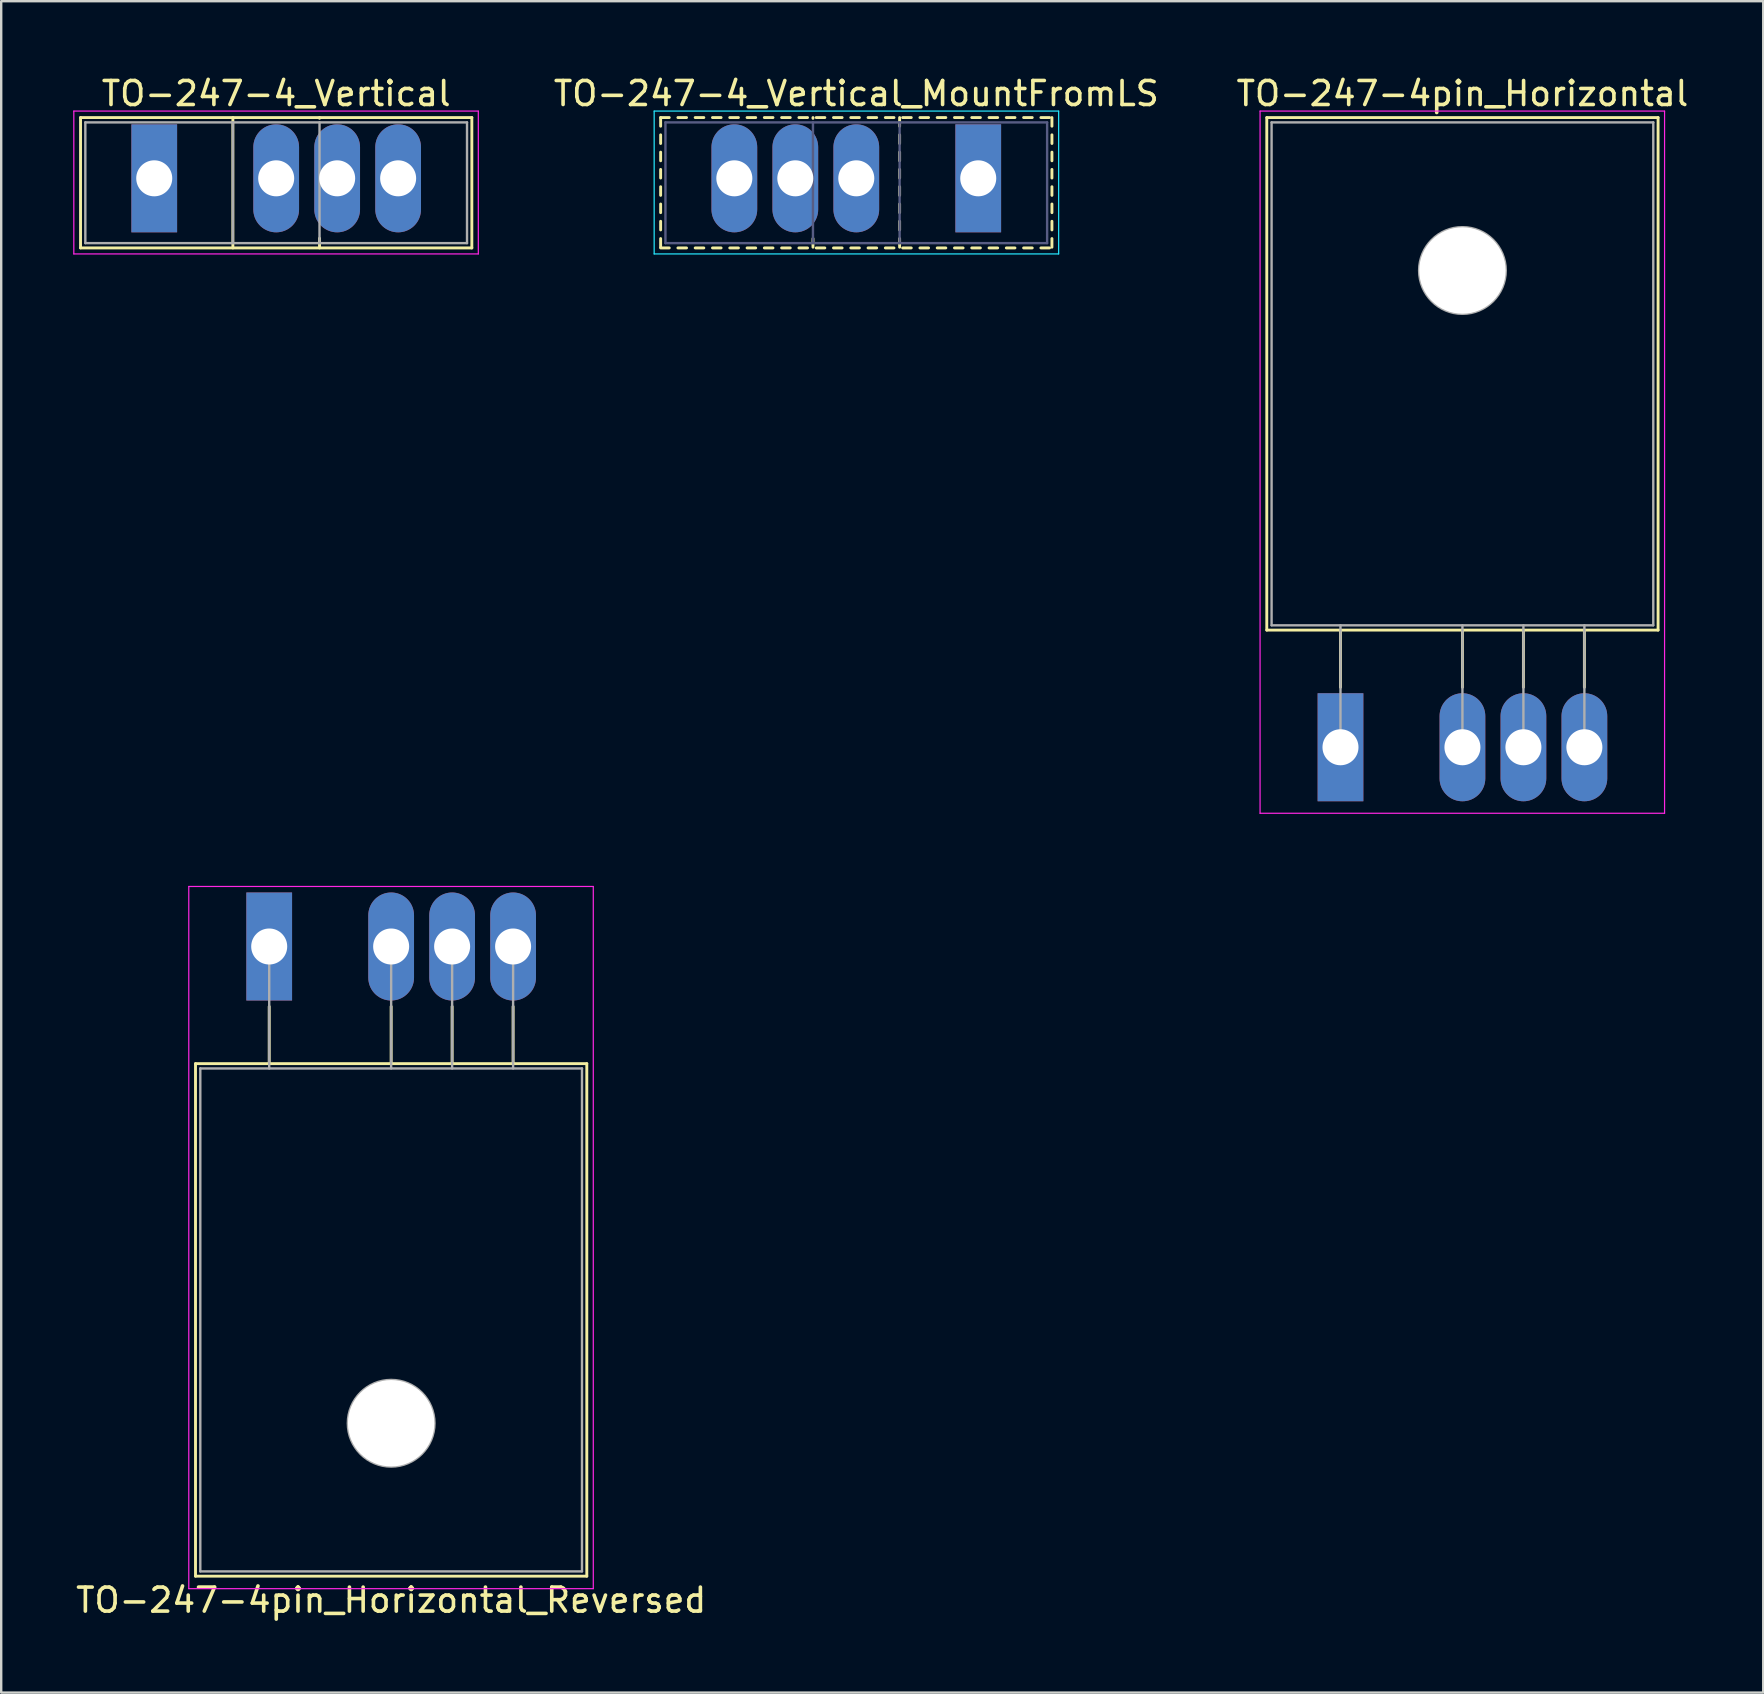
<source format=kicad_pcb>
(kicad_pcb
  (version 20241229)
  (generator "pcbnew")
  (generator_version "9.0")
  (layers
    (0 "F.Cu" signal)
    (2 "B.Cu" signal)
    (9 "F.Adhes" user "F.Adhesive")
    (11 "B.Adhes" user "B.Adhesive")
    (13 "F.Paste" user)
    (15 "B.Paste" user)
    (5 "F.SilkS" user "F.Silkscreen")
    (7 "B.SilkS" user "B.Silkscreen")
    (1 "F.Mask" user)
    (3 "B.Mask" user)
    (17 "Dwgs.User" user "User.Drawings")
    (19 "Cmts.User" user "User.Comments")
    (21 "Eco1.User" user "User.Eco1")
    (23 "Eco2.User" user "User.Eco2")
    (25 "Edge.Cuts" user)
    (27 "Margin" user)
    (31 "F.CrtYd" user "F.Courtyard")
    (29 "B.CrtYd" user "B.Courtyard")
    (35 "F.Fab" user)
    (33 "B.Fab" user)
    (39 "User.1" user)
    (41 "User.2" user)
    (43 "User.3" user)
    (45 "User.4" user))
  (footprint "TO-247-4_Vertical_MountFromLS"
    (layer "F.Cu")
    (at 37.7 4.378)
    (property "Reference" "TO-247-4_Vertical_MountFromLS" (at -5.08 -3.53 0) (layer "F.SilkS") (effects (font (size 1 1) (thickness 0.15))))
    (attr through_hole)
    (fp_line (start -13.23 -2.531) (end -13.23 -2.171) (stroke (width 0.12) (type solid)) (layer "F.SilkS"))
    (fp_line (start -13.23 -2.531) (end -12.871 -2.531) (stroke (width 0.12) (type solid)) (layer "F.SilkS"))
    (fp_line (start -13.23 -1.811) (end -13.23 -1.451) (stroke (width 0.12) (type solid)) (layer "F.SilkS"))
    (fp_line (start -13.23 -1.091) (end -13.23 -0.731) (stroke (width 0.12) (type solid)) (layer "F.SilkS"))
    (fp_line (start -13.23 -0.371) (end -13.23 -0.011) (stroke (width 0.12) (type solid)) (layer "F.SilkS"))
    (fp_line (start -13.23 0.35) (end -13.23 0.71) (stroke (width 0.12) (type solid)) (layer "F.SilkS"))
    (fp_line (start -13.23 1.07) (end -13.23 1.43) (stroke (width 0.12) (type solid)) (layer "F.SilkS"))
    (fp_line (start -13.23 1.79) (end -13.23 2.15) (stroke (width 0.12) (type solid)) (layer "F.SilkS"))
    (fp_line (start -13.23 2.51) (end -13.23 2.87) (stroke (width 0.12) (type solid)) (layer "F.SilkS"))
    (fp_line (start -13.23 2.9) (end -12.871 2.9) (stroke (width 0.12) (type solid)) (layer "F.SilkS"))
    (fp_line (start -12.511 -2.531) (end -12.151 -2.531) (stroke (width 0.12) (type solid)) (layer "F.SilkS"))
    (fp_line (start -12.511 2.9) (end -12.151 2.9) (stroke (width 0.12) (type solid)) (layer "F.SilkS"))
    (fp_line (start -11.791 -2.531) (end -11.431 -2.531) (stroke (width 0.12) (type solid)) (layer "F.SilkS"))
    (fp_line (start -11.791 2.9) (end -11.431 2.9) (stroke (width 0.12) (type solid)) (layer "F.SilkS"))
    (fp_line (start -11.071 -2.531) (end -10.711 -2.531) (stroke (width 0.12) (type solid)) (layer "F.SilkS"))
    (fp_line (start -11.071 2.9) (end -10.711 2.9) (stroke (width 0.12) (type solid)) (layer "F.SilkS"))
    (fp_line (start -10.351 -2.531) (end -9.99 -2.531) (stroke (width 0.12) (type solid)) (layer "F.SilkS"))
    (fp_line (start -10.351 2.9) (end -9.99 2.9) (stroke (width 0.12) (type solid)) (layer "F.SilkS"))
    (fp_line (start -9.63 -2.531) (end -9.27 -2.531) (stroke (width 0.12) (type solid)) (layer "F.SilkS"))
    (fp_line (start -9.63 2.9) (end -9.27 2.9) (stroke (width 0.12) (type solid)) (layer "F.SilkS"))
    (fp_line (start -8.91 -2.531) (end -8.55 -2.531) (stroke (width 0.12) (type solid)) (layer "F.SilkS"))
    (fp_line (start -8.91 2.9) (end -8.55 2.9) (stroke (width 0.12) (type solid)) (layer "F.SilkS"))
    (fp_line (start -8.19 -2.531) (end -7.83 -2.531) (stroke (width 0.12) (type solid)) (layer "F.SilkS"))
    (fp_line (start -8.19 2.9) (end -7.83 2.9) (stroke (width 0.12) (type solid)) (layer "F.SilkS"))
    (fp_line (start -7.47 -2.531) (end -7.11 -2.531) (stroke (width 0.12) (type solid)) (layer "F.SilkS"))
    (fp_line (start -7.47 2.9) (end -7.11 2.9) (stroke (width 0.12) (type solid)) (layer "F.SilkS"))
    (fp_line (start -6.884 -2.531) (end -6.884 -2.5) (stroke (width 0.12) (type solid)) (layer "F.SilkS"))
    (fp_line (start -6.884 2.51) (end -6.884 2.87) (stroke (width 0.12) (type solid)) (layer "F.SilkS"))
    (fp_line (start -6.75 -2.531) (end -6.39 -2.531) (stroke (width 0.12) (type solid)) (layer "F.SilkS"))
    (fp_line (start -6.75 2.9) (end -6.39 2.9) (stroke (width 0.12) (type solid)) (layer "F.SilkS"))
    (fp_line (start -6.03 -2.531) (end -5.67 -2.531) (stroke (width 0.12) (type solid)) (layer "F.SilkS"))
    (fp_line (start -6.03 2.9) (end -5.67 2.9) (stroke (width 0.12) (type solid)) (layer "F.SilkS"))
    (fp_line (start -5.31 -2.531) (end -4.95 -2.531) (stroke (width 0.12) (type solid)) (layer "F.SilkS"))
    (fp_line (start -5.31 2.9) (end -4.95 2.9) (stroke (width 0.12) (type solid)) (layer "F.SilkS"))
    (fp_line (start -4.59 -2.531) (end -4.23 -2.531) (stroke (width 0.12) (type solid)) (layer "F.SilkS"))
    (fp_line (start -4.59 2.9) (end -4.23 2.9) (stroke (width 0.12) (type solid)) (layer "F.SilkS"))
    (fp_line (start -3.87 -2.531) (end -3.51 -2.531) (stroke (width 0.12) (type solid)) (layer "F.SilkS"))
    (fp_line (start -3.87 2.9) (end -3.51 2.9) (stroke (width 0.12) (type solid)) (layer "F.SilkS"))
    (fp_line (start -3.275 -2.531) (end -3.275 -2.171) (stroke (width 0.12) (type solid)) (layer "F.SilkS"))
    (fp_line (start -3.275 -1.811) (end -3.275 -1.451) (stroke (width 0.12) (type solid)) (layer "F.SilkS"))
    (fp_line (start -3.275 -1.091) (end -3.275 -0.731) (stroke (width 0.12) (type solid)) (layer "F.SilkS"))
    (fp_line (start -3.275 -0.371) (end -3.275 -0.011) (stroke (width 0.12) (type solid)) (layer "F.SilkS"))
    (fp_line (start -3.275 0.35) (end -3.275 0.71) (stroke (width 0.12) (type solid)) (layer "F.SilkS"))
    (fp_line (start -3.275 1.07) (end -3.275 1.43) (stroke (width 0.12) (type solid)) (layer "F.SilkS"))
    (fp_line (start -3.275 1.79) (end -3.275 2.15) (stroke (width 0.12) (type solid)) (layer "F.SilkS"))
    (fp_line (start -3.275 2.51) (end -3.275 2.87) (stroke (width 0.12) (type solid)) (layer "F.SilkS"))
    (fp_line (start -3.149 -2.531) (end -2.789 -2.531) (stroke (width 0.12) (type solid)) (layer "F.SilkS"))
    (fp_line (start -3.149 2.9) (end -2.789 2.9) (stroke (width 0.12) (type solid)) (layer "F.SilkS"))
    (fp_line (start -2.429 -2.531) (end -2.069 -2.531) (stroke (width 0.12) (type solid)) (layer "F.SilkS"))
    (fp_line (start -2.429 2.9) (end -2.069 2.9) (stroke (width 0.12) (type solid)) (layer "F.SilkS"))
    (fp_line (start -1.71 -2.531) (end -1.35 -2.531) (stroke (width 0.12) (type solid)) (layer "F.SilkS"))
    (fp_line (start -1.71 2.9) (end -1.35 2.9) (stroke (width 0.12) (type solid)) (layer "F.SilkS"))
    (fp_line (start -0.99 -2.531) (end -0.63 -2.531) (stroke (width 0.12) (type solid)) (layer "F.SilkS"))
    (fp_line (start -0.99 2.9) (end -0.63 2.9) (stroke (width 0.12) (type solid)) (layer "F.SilkS"))
    (fp_line (start -0.27 -2.531) (end 0.09 -2.531) (stroke (width 0.12) (type solid)) (layer "F.SilkS"))
    (fp_line (start -0.27 2.9) (end 0.09 2.9) (stroke (width 0.12) (type solid)) (layer "F.SilkS"))
    (fp_line (start 0.45 -2.531) (end 0.81 -2.531) (stroke (width 0.12) (type solid)) (layer "F.SilkS"))
    (fp_line (start 0.45 2.9) (end 0.81 2.9) (stroke (width 0.12) (type solid)) (layer "F.SilkS"))
    (fp_line (start 1.17 -2.531) (end 1.53 -2.531) (stroke (width 0.12) (type solid)) (layer "F.SilkS"))
    (fp_line (start 1.17 2.9) (end 1.53 2.9) (stroke (width 0.12) (type solid)) (layer "F.SilkS"))
    (fp_line (start 1.89 -2.531) (end 2.25 -2.531) (stroke (width 0.12) (type solid)) (layer "F.SilkS"))
    (fp_line (start 1.89 2.9) (end 2.25 2.9) (stroke (width 0.12) (type solid)) (layer "F.SilkS"))
    (fp_line (start 2.61 -2.531) (end 2.97 -2.531) (stroke (width 0.12) (type solid)) (layer "F.SilkS"))
    (fp_line (start 2.61 2.9) (end 2.97 2.9) (stroke (width 0.12) (type solid)) (layer "F.SilkS"))
    (fp_line (start 3.07 -2.531) (end 3.07 -2.171) (stroke (width 0.12) (type solid)) (layer "F.SilkS"))
    (fp_line (start 3.07 -1.811) (end 3.07 -1.451) (stroke (width 0.12) (type solid)) (layer "F.SilkS"))
    (fp_line (start 3.07 -1.091) (end 3.07 -0.731) (stroke (width 0.12) (type solid)) (layer "F.SilkS"))
    (fp_line (start 3.07 -0.371) (end 3.07 -0.011) (stroke (width 0.12) (type solid)) (layer "F.SilkS"))
    (fp_line (start 3.07 0.35) (end 3.07 0.71) (stroke (width 0.12) (type solid)) (layer "F.SilkS"))
    (fp_line (start 3.07 1.07) (end 3.07 1.43) (stroke (width 0.12) (type solid)) (layer "F.SilkS"))
    (fp_line (start 3.07 1.79) (end 3.07 2.15) (stroke (width 0.12) (type solid)) (layer "F.SilkS"))
    (fp_line (start 3.07 2.51) (end 3.07 2.87) (stroke (width 0.12) (type solid)) (layer "F.SilkS"))
    (fp_line (start -13.5 -2.8) (end -13.5 3.15) (stroke (width 0.05) (type solid)) (layer "B.CrtYd"))
    (fp_line (start -13.5 3.15) (end 3.35 3.15) (stroke (width 0.05) (type solid)) (layer "B.CrtYd"))
    (fp_line (start 3.35 -2.8) (end -13.5 -2.8) (stroke (width 0.05) (type solid)) (layer "B.CrtYd"))
    (fp_line (start 3.35 3.15) (end 3.35 -2.8) (stroke (width 0.05) (type solid)) (layer "B.CrtYd"))
    (fp_line (start -13.03 -2.33) (end -13.03 2.7) (stroke (width 0.1) (type solid)) (layer "B.Fab"))
    (fp_line (start -13.03 2.7) (end 2.87 2.7) (stroke (width 0.1) (type solid)) (layer "B.Fab"))
    (fp_line (start -6.885 -2.33) (end -6.885 2.7) (stroke (width 0.1) (type solid)) (layer "B.Fab"))
    (fp_line (start -3.275 -2.33) (end -3.275 2.7) (stroke (width 0.1) (type solid)) (layer "B.Fab"))
    (fp_line (start 2.87 -2.33) (end -13.03 -2.33) (stroke (width 0.1) (type solid)) (layer "B.Fab"))
    (fp_line (start 2.87 2.7) (end 2.87 -2.33) (stroke (width 0.1) (type solid)) (layer "B.Fab"))
    (pad "1" thru_hole rect (at 0 0) (size 1.905 4.5) (drill 1.5) (layers "*.Cu" "*.Mask"))
    (pad "2" thru_hole oval (at -5.08 0) (size 1.905 4.5) (drill 1.5) (layers "*.Cu" "*.Mask"))
    (pad "3" thru_hole oval (at -7.62 0) (size 1.905 4.5) (drill 1.5) (layers "*.Cu" "*.Mask"))
    (pad "4" thru_hole oval (at -10.16 0) (size 1.905 4.5) (drill 1.5) (layers "*.Cu" "*.Mask")))
  (footprint "TO-247-4pin_Horizontal"
    (layer "F.Cu")
    (at 52.79 28.078)
    (property "Reference" "TO-247-4pin_Horizontal" (at 5.08 -27.23 0) (layer "F.SilkS") (effects (font (size 1 1) (thickness 0.15))))
    (attr through_hole)
    (fp_line (start -3.07 -26.23) (end -3.07 -4.88) (stroke (width 0.12) (type solid)) (layer "F.SilkS"))
    (fp_line (start -3.07 -26.23) (end 13.23 -26.23) (stroke (width 0.12) (type solid)) (layer "F.SilkS"))
    (fp_line (start -3.07 -4.88) (end 13.23 -4.88) (stroke (width 0.12) (type solid)) (layer "F.SilkS"))
    (fp_line (start 0 -4.88) (end 0 -2.5) (stroke (width 0.12) (type solid)) (layer "F.SilkS"))
    (fp_line (start 5.08 -4.88) (end 5.08 -2.5) (stroke (width 0.12) (type solid)) (layer "F.SilkS"))
    (fp_line (start 7.62 -4.88) (end 7.62 -2.5) (stroke (width 0.12) (type solid)) (layer "F.SilkS"))
    (fp_line (start 10.16 -4.88) (end 10.16 -2.5) (stroke (width 0.12) (type solid)) (layer "F.SilkS"))
    (fp_line (start 13.23 -26.23) (end 13.23 -4.88) (stroke (width 0.12) (type solid)) (layer "F.SilkS"))
    (fp_line (start -3.35 -26.5) (end -3.35 2.75) (stroke (width 0.05) (type solid)) (layer "F.CrtYd"))
    (fp_line (start -3.35 2.75) (end 13.5 2.75) (stroke (width 0.05) (type solid)) (layer "F.CrtYd"))
    (fp_line (start 13.5 -26.5) (end -3.35 -26.5) (stroke (width 0.05) (type solid)) (layer "F.CrtYd"))
    (fp_line (start 13.5 2.75) (end 13.5 -26.5) (stroke (width 0.05) (type solid)) (layer "F.CrtYd"))
    (fp_line (start -2.87 -26.03) (end 13.03 -26.03) (stroke (width 0.1) (type solid)) (layer "F.Fab"))
    (fp_line (start -2.87 -5.08) (end -2.87 -26.03) (stroke (width 0.1) (type solid)) (layer "F.Fab"))
    (fp_line (start 0 -5.08) (end 0 0) (stroke (width 0.1) (type solid)) (layer "F.Fab"))
    (fp_line (start 5.08 -5.08) (end 5.08 0) (stroke (width 0.1) (type solid)) (layer "F.Fab"))
    (fp_line (start 7.62 -5.08) (end 7.62 0) (stroke (width 0.1) (type solid)) (layer "F.Fab"))
    (fp_line (start 10.16 -5.08) (end 10.16 0) (stroke (width 0.1) (type solid)) (layer "F.Fab"))
    (fp_line (start 13.03 -26.03) (end 13.03 -5.08) (stroke (width 0.1) (type solid)) (layer "F.Fab"))
    (fp_line (start 13.03 -5.08) (end -2.87 -5.08) (stroke (width 0.1) (type solid)) (layer "F.Fab"))
    (fp_circle (center 5.08 -19.86) (end 6.885 -19.86) (stroke (width 0.1) (type solid)) (fill no) (layer "F.Fab"))
    (pad "" np_thru_hole oval (at 5.08 -19.86) (size 3.6 3.6) (drill 3.6) (layers "*.Cu" "*.Mask"))
    (pad "1" thru_hole rect (at 0 0) (size 1.905 4.5) (drill 1.5) (layers "*.Cu" "*.Mask"))
    (pad "2" thru_hole oval (at 5.08 0) (size 1.905 4.5) (drill 1.5) (layers "*.Cu" "*.Mask"))
    (pad "3" thru_hole oval (at 7.62 0) (size 1.905 4.5) (drill 1.5) (layers "*.Cu" "*.Mask"))
    (pad "4" thru_hole oval (at 10.16 0) (size 1.905 4.5) (drill 1.5) (layers "*.Cu" "*.Mask")))
  (footprint "TO-247-4_Vertical"
    (layer "F.Cu")
    (at 3.375 4.378)
    (property "Reference" "TO-247-4_Vertical" (at 5.08 -3.53 0) (layer "F.SilkS") (effects (font (size 1 1) (thickness 0.15))))
    (attr through_hole)
    (fp_line (start -3.07 -2.531) (end -3.07 2.9) (stroke (width 0.12) (type solid)) (layer "F.SilkS"))
    (fp_line (start -3.07 -2.531) (end 13.23 -2.531) (stroke (width 0.12) (type solid)) (layer "F.SilkS"))
    (fp_line (start -3.07 2.9) (end 13.23 2.9) (stroke (width 0.12) (type solid)) (layer "F.SilkS"))
    (fp_line (start 3.276 -2.531) (end 3.276 2.9) (stroke (width 0.12) (type solid)) (layer "F.SilkS"))
    (fp_line (start 6.885 -2.531) (end 6.885 -2.5) (stroke (width 0.12) (type solid)) (layer "F.SilkS"))
    (fp_line (start 6.885 2.5) (end 6.885 2.9) (stroke (width 0.12) (type solid)) (layer "F.SilkS"))
    (fp_line (start 13.23 -2.531) (end 13.23 2.9) (stroke (width 0.12) (type solid)) (layer "F.SilkS"))
    (fp_line (start -3.35 -2.8) (end -3.35 3.15) (stroke (width 0.05) (type solid)) (layer "F.CrtYd"))
    (fp_line (start -3.35 3.15) (end 13.5 3.15) (stroke (width 0.05) (type solid)) (layer "F.CrtYd"))
    (fp_line (start 13.5 -2.8) (end -3.35 -2.8) (stroke (width 0.05) (type solid)) (layer "F.CrtYd"))
    (fp_line (start 13.5 3.15) (end 13.5 -2.8) (stroke (width 0.05) (type solid)) (layer "F.CrtYd"))
    (fp_line (start -2.87 -2.33) (end -2.87 2.7) (stroke (width 0.1) (type solid)) (layer "F.Fab"))
    (fp_line (start -2.87 2.7) (end 13.03 2.7) (stroke (width 0.1) (type solid)) (layer "F.Fab"))
    (fp_line (start 3.275 -2.33) (end 3.275 2.7) (stroke (width 0.1) (type solid)) (layer "F.Fab"))
    (fp_line (start 6.885 -2.33) (end 6.885 2.7) (stroke (width 0.1) (type solid)) (layer "F.Fab"))
    (fp_line (start 13.03 -2.33) (end -2.87 -2.33) (stroke (width 0.1) (type solid)) (layer "F.Fab"))
    (fp_line (start 13.03 2.7) (end 13.03 -2.33) (stroke (width 0.1) (type solid)) (layer "F.Fab"))
    (pad "1" thru_hole rect (at 0 0) (size 1.905 4.5) (drill 1.5) (layers "*.Cu" "*.Mask"))
    (pad "2" thru_hole oval (at 5.08 0) (size 1.905 4.5) (drill 1.5) (layers "*.Cu" "*.Mask"))
    (pad "3" thru_hole oval (at 7.62 0) (size 1.905 4.5) (drill 1.5) (layers "*.Cu" "*.Mask"))
    (pad "4" thru_hole oval (at 10.16 0) (size 1.905 4.5) (drill 1.5) (layers "*.Cu" "*.Mask")))
  (footprint "TO-247-4pin_Horizontal_Reversed"
    (layer "F.Cu")
    (at 8.164 36.378)
    (property "Reference" "TO-247-4pin_Horizontal_Reversed" (at 5.08 27.23 0) (layer "F.SilkS") (effects (font (size 1 1) (thickness 0.15))))
    (attr through_hole)
    (fp_line (start -3.07 4.88) (end -3.07 26.23) (stroke (width 0.12) (type solid)) (layer "F.SilkS"))
    (fp_line (start -3.07 4.88) (end 13.23 4.88) (stroke (width 0.12) (type solid)) (layer "F.SilkS"))
    (fp_line (start -3.07 26.23) (end 13.23 26.23) (stroke (width 0.12) (type solid)) (layer "F.SilkS"))
    (fp_line (start 0 2.5) (end 0 4.88) (stroke (width 0.12) (type solid)) (layer "F.SilkS"))
    (fp_line (start 5.08 2.5) (end 5.08 4.88) (stroke (width 0.12) (type solid)) (layer "F.SilkS"))
    (fp_line (start 7.62 2.5) (end 7.62 4.88) (stroke (width 0.12) (type solid)) (layer "F.SilkS"))
    (fp_line (start 10.16 2.5) (end 10.16 4.88) (stroke (width 0.12) (type solid)) (layer "F.SilkS"))
    (fp_line (start 13.23 4.88) (end 13.23 26.23) (stroke (width 0.12) (type solid)) (layer "F.SilkS"))
    (fp_line (start -3.35 -2.5) (end -3.35 26.75) (stroke (width 0.05) (type solid)) (layer "F.CrtYd"))
    (fp_line (start -3.35 26.75) (end 13.5 26.75) (stroke (width 0.05) (type solid)) (layer "F.CrtYd"))
    (fp_line (start 13.5 -2.5) (end -3.35 -2.5) (stroke (width 0.05) (type solid)) (layer "F.CrtYd"))
    (fp_line (start 13.5 26.75) (end 13.5 -2.5) (stroke (width 0.05) (type solid)) (layer "F.CrtYd"))
    (fp_line (start -2.87 5.08) (end -2.87 26.03) (stroke (width 0.1) (type solid)) (layer "F.Fab"))
    (fp_line (start -2.87 26.03) (end 13.03 26.03) (stroke (width 0.1) (type solid)) (layer "F.Fab"))
    (fp_line (start 0 5.08) (end 0 0) (stroke (width 0.1) (type solid)) (layer "F.Fab"))
    (fp_line (start 5.08 5.08) (end 5.08 0) (stroke (width 0.1) (type solid)) (layer "F.Fab"))
    (fp_line (start 7.62 5.08) (end 7.62 0) (stroke (width 0.1) (type solid)) (layer "F.Fab"))
    (fp_line (start 10.16 5.08) (end 10.16 0) (stroke (width 0.1) (type solid)) (layer "F.Fab"))
    (fp_line (start 13.03 5.08) (end -2.87 5.08) (stroke (width 0.1) (type solid)) (layer "F.Fab"))
    (fp_line (start 13.03 26.03) (end 13.03 5.08) (stroke (width 0.1) (type solid)) (layer "F.Fab"))
    (fp_circle (center 5.08 19.86) (end 6.885 19.86) (stroke (width 0.1) (type solid)) (fill no) (layer "F.Fab"))
    (pad "" np_thru_hole oval (at 5.08 19.86) (size 3.6 3.6) (drill 3.6) (layers "*.Cu" "*.Mask"))
    (pad "1" thru_hole rect (at 0 0) (size 1.905 4.5) (drill 1.5) (layers "*.Cu" "*.Mask"))
    (pad "2" thru_hole oval (at 5.08 0) (size 1.905 4.5) (drill 1.5) (layers "*.Cu" "*.Mask"))
    (pad "3" thru_hole oval (at 7.62 0) (size 1.905 4.5) (drill 1.5) (layers "*.Cu" "*.Mask"))
    (pad "4" thru_hole oval (at 10.16 0) (size 1.905 4.5) (drill 1.5) (layers "*.Cu" "*.Mask")))
  (gr_rect
    (start -3 -3)
    (end 70.4 67.457)
    (stroke (width 0.1) (type default))
    (fill no)
    (layer "Edge.Cuts")))
</source>
